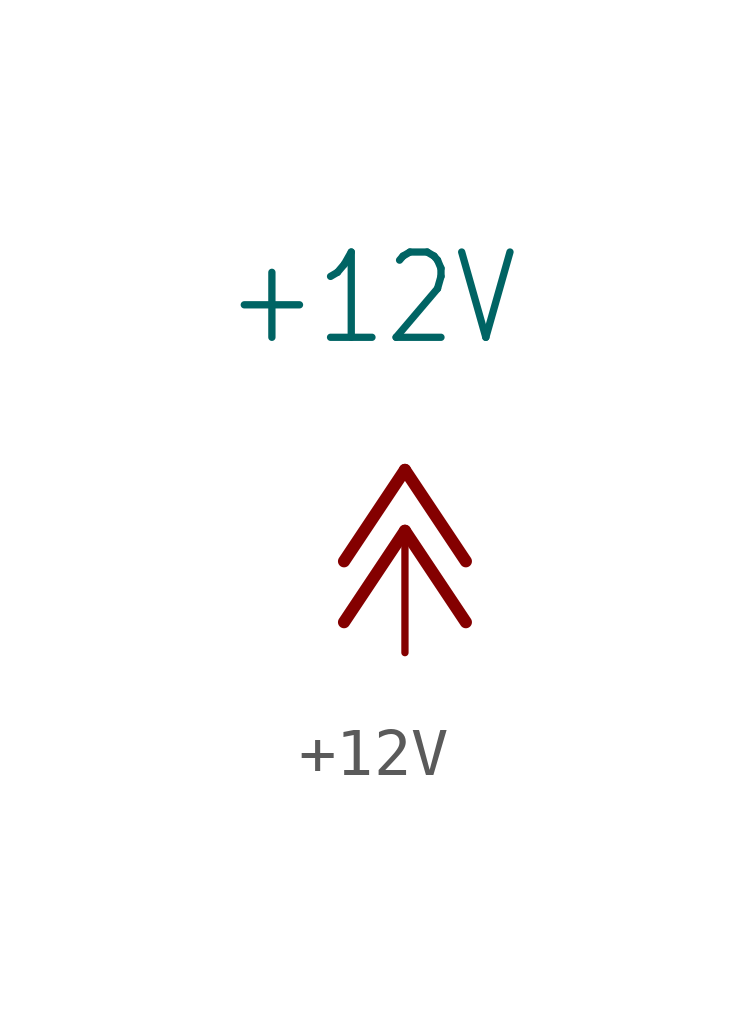
<source format=kicad_sym>
(kicad_symbol_lib
  (version 20201005)
  (generator kicad_symbol_editor)
  (symbol "+12V"
    (power)
    (property "Reference" "#P+"
      (at 0 0 0)
      (effects (font (size 1.27 1.27)) hide))
    (property "Value" "+12V"
      (at -3.81 3.81 0)
      (effects (font (size 1.778 1.511)) (justify left bottom)))
    (property "ki_locked" ""
      (at 0 0 0)
      (effects (font (size 1.27 1.27))))
    (symbol "+12V_1_0"
      (polyline (pts (xy 1.27 -1.905) (xy 0 0)) (stroke (width 0.254)) (fill (type none)))
      (polyline (pts (xy 0 0) (xy -1.27 -1.905)) (stroke (width 0.254)) (fill (type none)))
      (polyline (pts (xy 1.27 -0.635) (xy 0 1.27)) (stroke (width 0.254)) (fill (type none)))
      (polyline (pts (xy 0 1.27) (xy -1.27 -0.635)) (stroke (width 0.254)) (fill (type none)))
      (pin power_in line (at 0 -2.54 90) (length 2.54) (name "+12V" (effects (font (size 0 0)))) (number "1" (effects (font (size 0 0))))))))
</source>
